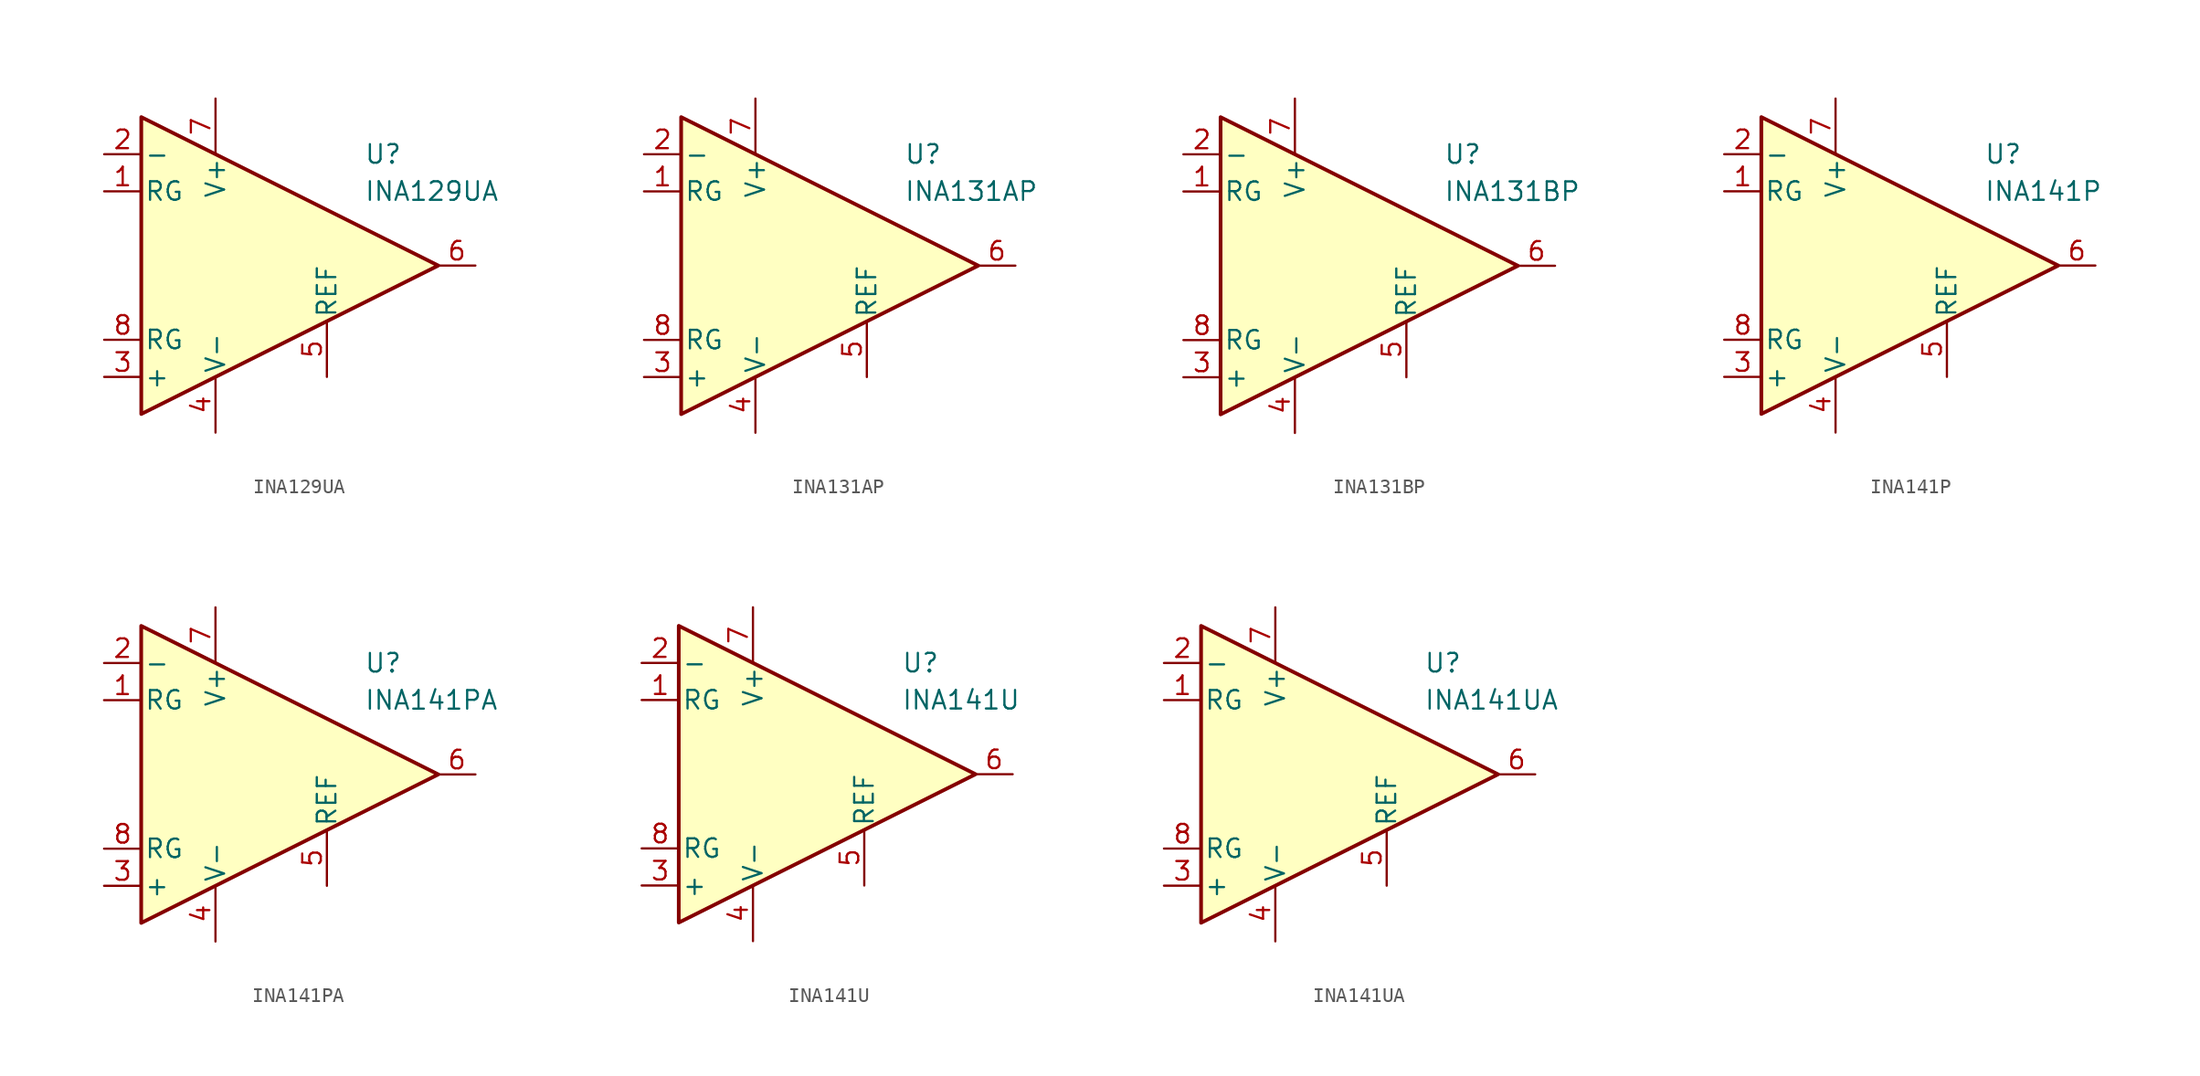
<source format=kicad_sym>
(kicad_symbol_lib
  (version 20211014)
  (generator kicad_symbol_editor)
  (symbol "INA129UA"
    (pin_names
      (offset 0.2))
    (property "Reference" "U"
      (at 6.35 7.62 0)
      (effects (font (size 1.27 1.27)) (justify left)))
    (property "Value" "INA129UA"
      (at 6.35 5.08 0)
      (effects (font (size 1.27 1.27)) (justify left)))
    (symbol "INA129UA_0_1"
      (polyline (pts (xy -8.89 10.16) (xy -8.89 -10.16) (xy 11.43 0) (xy -8.89 10.16)) (stroke (width 0.254) (type default) (color 0 0 0 0)) (fill (type background))))
    (symbol "INA129UA_1_1"
      (pin passive line (at -11.43 5.08 0) (length 2.54) (name "RG" (effects (font (size 1.27 1.27)))) (number "1" (effects (font (size 1.27 1.27)))))
      (pin input line (at -11.43 7.62 0) (length 2.54) (name "-" (effects (font (size 1.27 1.27)))) (number "2" (effects (font (size 1.27 1.27)))))
      (pin input line (at -11.43 -7.62 0) (length 2.54) (name "+" (effects (font (size 1.27 1.27)))) (number "3" (effects (font (size 1.27 1.27)))))
      (pin power_in line (at -3.81 -11.43 90) (length 3.81) (name "V-" (effects (font (size 1.27 1.27)))) (number "4" (effects (font (size 1.27 1.27)))))
      (pin input line (at 3.81 -7.62 90) (length 3.81) (name "REF" (effects (font (size 1.27 1.27)))) (number "5" (effects (font (size 1.27 1.27)))))
      (pin output line (at 13.97 0 180) (length 2.54) (name "~" (effects (font (size 1.27 1.27)))) (number "6" (effects (font (size 1.27 1.27)))))
      (pin power_in line (at -3.81 11.43 270) (length 3.81) (name "V+" (effects (font (size 1.27 1.27)))) (number "7" (effects (font (size 1.27 1.27)))))
      (pin passive line (at -11.43 -5.08 0) (length 2.54) (name "RG" (effects (font (size 1.27 1.27)))) (number "8" (effects (font (size 1.27 1.27)))))))
  (symbol "INA131AP"
    (pin_names
      (offset 0.2))
    (property "Reference" "U"
      (at 6.35 7.62 0)
      (effects (font (size 1.27 1.27)) (justify left)))
    (property "Value" "INA131AP"
      (at 6.35 5.08 0)
      (effects (font (size 1.27 1.27)) (justify left)))
    (symbol "INA131AP_0_1"
      (polyline (pts (xy -8.89 10.16) (xy -8.89 -10.16) (xy 11.43 0) (xy -8.89 10.16)) (stroke (width 0.254) (type default) (color 0 0 0 0)) (fill (type background))))
    (symbol "INA131AP_1_1"
      (pin passive line (at -11.43 5.08 0) (length 2.54) (name "RG" (effects (font (size 1.27 1.27)))) (number "1" (effects (font (size 1.27 1.27)))))
      (pin input line (at -11.43 7.62 0) (length 2.54) (name "-" (effects (font (size 1.27 1.27)))) (number "2" (effects (font (size 1.27 1.27)))))
      (pin input line (at -11.43 -7.62 0) (length 2.54) (name "+" (effects (font (size 1.27 1.27)))) (number "3" (effects (font (size 1.27 1.27)))))
      (pin power_in line (at -3.81 -11.43 90) (length 3.81) (name "V-" (effects (font (size 1.27 1.27)))) (number "4" (effects (font (size 1.27 1.27)))))
      (pin input line (at 3.81 -7.62 90) (length 3.81) (name "REF" (effects (font (size 1.27 1.27)))) (number "5" (effects (font (size 1.27 1.27)))))
      (pin output line (at 13.97 0 180) (length 2.54) (name "~" (effects (font (size 1.27 1.27)))) (number "6" (effects (font (size 1.27 1.27)))))
      (pin power_in line (at -3.81 11.43 270) (length 3.81) (name "V+" (effects (font (size 1.27 1.27)))) (number "7" (effects (font (size 1.27 1.27)))))
      (pin passive line (at -11.43 -5.08 0) (length 2.54) (name "RG" (effects (font (size 1.27 1.27)))) (number "8" (effects (font (size 1.27 1.27)))))))
  (symbol "INA131BP"
    (pin_names
      (offset 0.2))
    (property "Reference" "U"
      (at 6.35 7.62 0)
      (effects (font (size 1.27 1.27)) (justify left)))
    (property "Value" "INA131BP"
      (at 6.35 5.08 0)
      (effects (font (size 1.27 1.27)) (justify left)))
    (symbol "INA131BP_0_1"
      (polyline (pts (xy -8.89 10.16) (xy -8.89 -10.16) (xy 11.43 0) (xy -8.89 10.16)) (stroke (width 0.254) (type default) (color 0 0 0 0)) (fill (type background))))
    (symbol "INA131BP_1_1"
      (pin passive line (at -11.43 5.08 0) (length 2.54) (name "RG" (effects (font (size 1.27 1.27)))) (number "1" (effects (font (size 1.27 1.27)))))
      (pin input line (at -11.43 7.62 0) (length 2.54) (name "-" (effects (font (size 1.27 1.27)))) (number "2" (effects (font (size 1.27 1.27)))))
      (pin input line (at -11.43 -7.62 0) (length 2.54) (name "+" (effects (font (size 1.27 1.27)))) (number "3" (effects (font (size 1.27 1.27)))))
      (pin power_in line (at -3.81 -11.43 90) (length 3.81) (name "V-" (effects (font (size 1.27 1.27)))) (number "4" (effects (font (size 1.27 1.27)))))
      (pin input line (at 3.81 -7.62 90) (length 3.81) (name "REF" (effects (font (size 1.27 1.27)))) (number "5" (effects (font (size 1.27 1.27)))))
      (pin output line (at 13.97 0 180) (length 2.54) (name "~" (effects (font (size 1.27 1.27)))) (number "6" (effects (font (size 1.27 1.27)))))
      (pin power_in line (at -3.81 11.43 270) (length 3.81) (name "V+" (effects (font (size 1.27 1.27)))) (number "7" (effects (font (size 1.27 1.27)))))
      (pin passive line (at -11.43 -5.08 0) (length 2.54) (name "RG" (effects (font (size 1.27 1.27)))) (number "8" (effects (font (size 1.27 1.27)))))))
  (symbol "INA141P"
    (pin_names
      (offset 0.2))
    (property "Reference" "U"
      (at 6.35 7.62 0)
      (effects (font (size 1.27 1.27)) (justify left)))
    (property "Value" "INA141P"
      (at 6.35 5.08 0)
      (effects (font (size 1.27 1.27)) (justify left)))
    (symbol "INA141P_0_1"
      (polyline (pts (xy -8.89 10.16) (xy -8.89 -10.16) (xy 11.43 0) (xy -8.89 10.16)) (stroke (width 0.254) (type default) (color 0 0 0 0)) (fill (type background))))
    (symbol "INA141P_1_1"
      (pin passive line (at -11.43 5.08 0) (length 2.54) (name "RG" (effects (font (size 1.27 1.27)))) (number "1" (effects (font (size 1.27 1.27)))))
      (pin input line (at -11.43 7.62 0) (length 2.54) (name "-" (effects (font (size 1.27 1.27)))) (number "2" (effects (font (size 1.27 1.27)))))
      (pin input line (at -11.43 -7.62 0) (length 2.54) (name "+" (effects (font (size 1.27 1.27)))) (number "3" (effects (font (size 1.27 1.27)))))
      (pin power_in line (at -3.81 -11.43 90) (length 3.81) (name "V-" (effects (font (size 1.27 1.27)))) (number "4" (effects (font (size 1.27 1.27)))))
      (pin input line (at 3.81 -7.62 90) (length 3.81) (name "REF" (effects (font (size 1.27 1.27)))) (number "5" (effects (font (size 1.27 1.27)))))
      (pin output line (at 13.97 0 180) (length 2.54) (name "~" (effects (font (size 1.27 1.27)))) (number "6" (effects (font (size 1.27 1.27)))))
      (pin power_in line (at -3.81 11.43 270) (length 3.81) (name "V+" (effects (font (size 1.27 1.27)))) (number "7" (effects (font (size 1.27 1.27)))))
      (pin passive line (at -11.43 -5.08 0) (length 2.54) (name "RG" (effects (font (size 1.27 1.27)))) (number "8" (effects (font (size 1.27 1.27)))))))
  (symbol "INA141PA"
    (pin_names
      (offset 0.2))
    (property "Reference" "U"
      (at 6.35 7.62 0)
      (effects (font (size 1.27 1.27)) (justify left)))
    (property "Value" "INA141PA"
      (at 6.35 5.08 0)
      (effects (font (size 1.27 1.27)) (justify left)))
    (symbol "INA141PA_0_1"
      (polyline (pts (xy -8.89 10.16) (xy -8.89 -10.16) (xy 11.43 0) (xy -8.89 10.16)) (stroke (width 0.254) (type default) (color 0 0 0 0)) (fill (type background))))
    (symbol "INA141PA_1_1"
      (pin passive line (at -11.43 5.08 0) (length 2.54) (name "RG" (effects (font (size 1.27 1.27)))) (number "1" (effects (font (size 1.27 1.27)))))
      (pin input line (at -11.43 7.62 0) (length 2.54) (name "-" (effects (font (size 1.27 1.27)))) (number "2" (effects (font (size 1.27 1.27)))))
      (pin input line (at -11.43 -7.62 0) (length 2.54) (name "+" (effects (font (size 1.27 1.27)))) (number "3" (effects (font (size 1.27 1.27)))))
      (pin power_in line (at -3.81 -11.43 90) (length 3.81) (name "V-" (effects (font (size 1.27 1.27)))) (number "4" (effects (font (size 1.27 1.27)))))
      (pin input line (at 3.81 -7.62 90) (length 3.81) (name "REF" (effects (font (size 1.27 1.27)))) (number "5" (effects (font (size 1.27 1.27)))))
      (pin output line (at 13.97 0 180) (length 2.54) (name "~" (effects (font (size 1.27 1.27)))) (number "6" (effects (font (size 1.27 1.27)))))
      (pin power_in line (at -3.81 11.43 270) (length 3.81) (name "V+" (effects (font (size 1.27 1.27)))) (number "7" (effects (font (size 1.27 1.27)))))
      (pin passive line (at -11.43 -5.08 0) (length 2.54) (name "RG" (effects (font (size 1.27 1.27)))) (number "8" (effects (font (size 1.27 1.27)))))))
  (symbol "INA141U"
    (pin_names
      (offset 0.2))
    (property "Reference" "U"
      (at 6.35 7.62 0)
      (effects (font (size 1.27 1.27)) (justify left)))
    (property "Value" "INA141U"
      (at 6.35 5.08 0)
      (effects (font (size 1.27 1.27)) (justify left)))
    (symbol "INA141U_0_1"
      (polyline (pts (xy -8.89 10.16) (xy -8.89 -10.16) (xy 11.43 0) (xy -8.89 10.16)) (stroke (width 0.254) (type default) (color 0 0 0 0)) (fill (type background))))
    (symbol "INA141U_1_1"
      (pin passive line (at -11.43 5.08 0) (length 2.54) (name "RG" (effects (font (size 1.27 1.27)))) (number "1" (effects (font (size 1.27 1.27)))))
      (pin input line (at -11.43 7.62 0) (length 2.54) (name "-" (effects (font (size 1.27 1.27)))) (number "2" (effects (font (size 1.27 1.27)))))
      (pin input line (at -11.43 -7.62 0) (length 2.54) (name "+" (effects (font (size 1.27 1.27)))) (number "3" (effects (font (size 1.27 1.27)))))
      (pin power_in line (at -3.81 -11.43 90) (length 3.81) (name "V-" (effects (font (size 1.27 1.27)))) (number "4" (effects (font (size 1.27 1.27)))))
      (pin input line (at 3.81 -7.62 90) (length 3.81) (name "REF" (effects (font (size 1.27 1.27)))) (number "5" (effects (font (size 1.27 1.27)))))
      (pin output line (at 13.97 0 180) (length 2.54) (name "~" (effects (font (size 1.27 1.27)))) (number "6" (effects (font (size 1.27 1.27)))))
      (pin power_in line (at -3.81 11.43 270) (length 3.81) (name "V+" (effects (font (size 1.27 1.27)))) (number "7" (effects (font (size 1.27 1.27)))))
      (pin passive line (at -11.43 -5.08 0) (length 2.54) (name "RG" (effects (font (size 1.27 1.27)))) (number "8" (effects (font (size 1.27 1.27)))))))
  (symbol "INA141UA"
    (pin_names
      (offset 0.2))
    (property "Reference" "U"
      (at 6.35 7.62 0)
      (effects (font (size 1.27 1.27)) (justify left)))
    (property "Value" "INA141UA"
      (at 6.35 5.08 0)
      (effects (font (size 1.27 1.27)) (justify left)))
    (symbol "INA141UA_0_1"
      (polyline (pts (xy -8.89 10.16) (xy -8.89 -10.16) (xy 11.43 0) (xy -8.89 10.16)) (stroke (width 0.254) (type default) (color 0 0 0 0)) (fill (type background))))
    (symbol "INA141UA_1_1"
      (pin passive line (at -11.43 5.08 0) (length 2.54) (name "RG" (effects (font (size 1.27 1.27)))) (number "1" (effects (font (size 1.27 1.27)))))
      (pin input line (at -11.43 7.62 0) (length 2.54) (name "-" (effects (font (size 1.27 1.27)))) (number "2" (effects (font (size 1.27 1.27)))))
      (pin input line (at -11.43 -7.62 0) (length 2.54) (name "+" (effects (font (size 1.27 1.27)))) (number "3" (effects (font (size 1.27 1.27)))))
      (pin power_in line (at -3.81 -11.43 90) (length 3.81) (name "V-" (effects (font (size 1.27 1.27)))) (number "4" (effects (font (size 1.27 1.27)))))
      (pin input line (at 3.81 -7.62 90) (length 3.81) (name "REF" (effects (font (size 1.27 1.27)))) (number "5" (effects (font (size 1.27 1.27)))))
      (pin output line (at 13.97 0 180) (length 2.54) (name "~" (effects (font (size 1.27 1.27)))) (number "6" (effects (font (size 1.27 1.27)))))
      (pin power_in line (at -3.81 11.43 270) (length 3.81) (name "V+" (effects (font (size 1.27 1.27)))) (number "7" (effects (font (size 1.27 1.27)))))
      (pin passive line (at -11.43 -5.08 0) (length 2.54) (name "RG" (effects (font (size 1.27 1.27)))) (number "8" (effects (font (size 1.27 1.27))))))))
</source>
